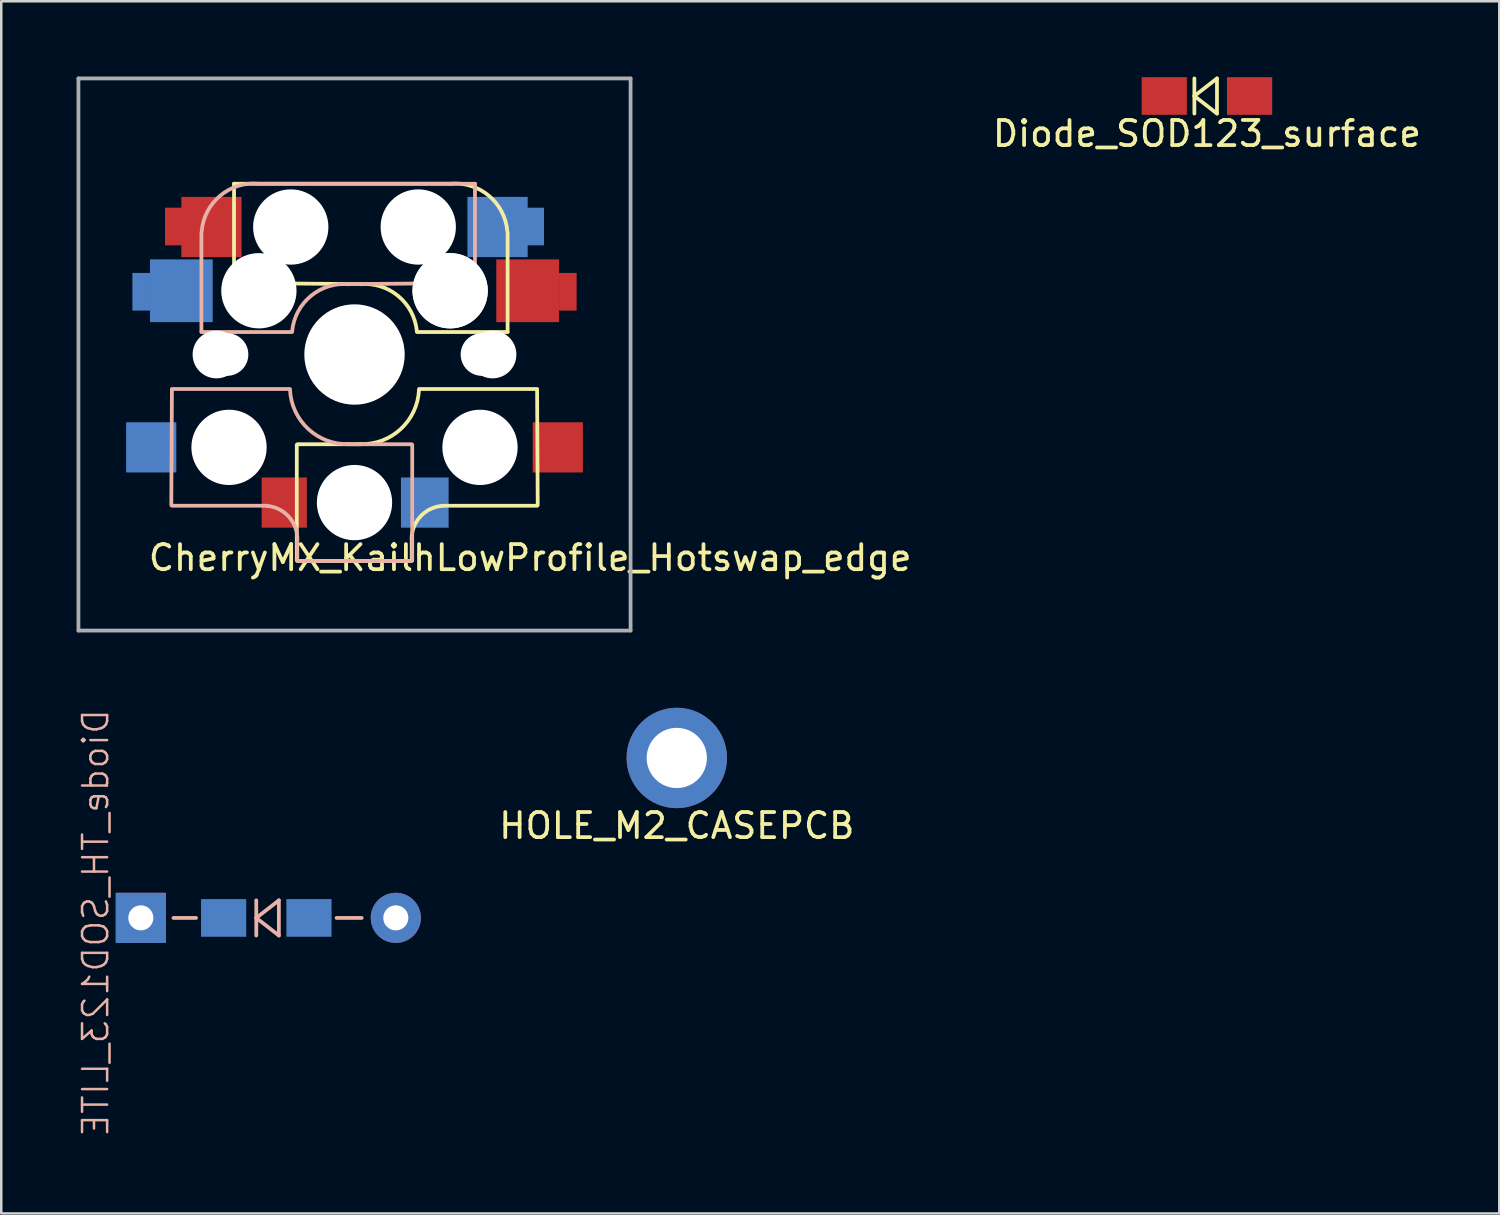
<source format=kicad_pcb>
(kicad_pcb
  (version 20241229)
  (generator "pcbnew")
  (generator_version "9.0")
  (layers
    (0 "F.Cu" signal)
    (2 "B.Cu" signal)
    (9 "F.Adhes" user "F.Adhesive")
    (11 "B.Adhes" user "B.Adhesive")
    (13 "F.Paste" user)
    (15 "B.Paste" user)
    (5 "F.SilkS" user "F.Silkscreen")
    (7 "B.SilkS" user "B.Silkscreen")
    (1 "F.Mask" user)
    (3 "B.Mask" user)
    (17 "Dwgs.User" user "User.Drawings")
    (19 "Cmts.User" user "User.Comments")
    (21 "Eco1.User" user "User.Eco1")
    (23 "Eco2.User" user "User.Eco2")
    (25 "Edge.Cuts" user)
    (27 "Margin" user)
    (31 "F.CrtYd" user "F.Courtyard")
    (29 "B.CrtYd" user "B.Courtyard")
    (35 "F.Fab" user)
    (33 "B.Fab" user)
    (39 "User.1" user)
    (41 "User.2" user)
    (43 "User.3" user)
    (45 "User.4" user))
  (footprint "HOLE_M2_CASEPCB"
    (layer "F.Cu")
    (at 23.916 27.15)
    (property "Reference" "HOLE_M2_CASEPCB" (at 0 2.7 0) (layer "F.SilkS") (effects (font (size 1 1) (thickness 0.15))))
    (attr through_hole)
    (pad "" thru_hole circle (at 0 0) (size 4 4) (drill 2.4) (layers "*.Cu" "*.Mask")))
  (footprint "Diode_SOD123_surface"
    (layer "F.Cu")
    (at 45.039 0.775)
    (property "Reference" "Diode_SOD123_surface" (at 0 1.5 180) (layer "F.SilkS") (effects (font (size 1 1) (thickness 0.15))))
    (attr through_hole)
    (fp_line (start -0.5 -0.7) (end -0.5 0.7) (stroke (width 0.15) (type solid)) (layer "F.SilkS"))
    (fp_line (start -0.5 0) (end 0.4 -0.7) (stroke (width 0.15) (type solid)) (layer "F.SilkS"))
    (fp_line (start 0.4 -0.7) (end 0.4 0.7) (stroke (width 0.15) (type solid)) (layer "F.SilkS"))
    (fp_line (start 0.4 0.7) (end -0.5 0) (stroke (width 0.15) (type solid)) (layer "F.SilkS"))
    (pad "1" smd rect (at -1.7 0) (size 1.8 1.5) (layers "F.Cu" "F.Mask" "F.Paste"))
    (pad "2" smd rect (at 1.7 0) (size 1.8 1.5) (layers "F.Cu" "F.Mask" "F.Paste")))
  (footprint "CherryMX_KailhLowProfile_Hotswap_edge"
    (layer "F.Cu")
    (at 11.075 11.075)
    (property "Reference" "CherryMX_KailhLowProfile_Hotswap_edge" (at 7 8.1 0) (layer "F.SilkS") (effects (font (size 1 1) (thickness 0.15))))
    (attr through_hole)
    (fp_line (start -4.8 -6.804) (end 3.825 -6.804) (stroke (width 0.15) (type solid)) (layer "F.SilkS"))
    (fp_line (start -4.8 -2.896) (end -4.8 -6.804) (stroke (width 0.15) (type solid)) (layer "F.SilkS"))
    (fp_line (start -4.8 -2.85) (end 0.25 -2.804) (stroke (width 0.15) (type solid)) (layer "F.SilkS"))
    (fp_line (start -2.3 3.6) (end -2.3 8.2) (stroke (width 0.15) (type solid)) (layer "F.SilkS"))
    (fp_line (start -2.275 3.575) (end 0.275 3.575) (stroke (width 0.15) (type solid)) (layer "F.SilkS"))
    (fp_line (start -2.275 8.225) (end 2.275 8.225) (stroke (width 0.15) (type solid)) (layer "F.SilkS"))
    (fp_line (start 2.28 7.5) (end 2.28 8.2) (stroke (width 0.15) (type solid)) (layer "F.SilkS"))
    (fp_line (start 2.575 1.375) (end 7.275 1.375) (stroke (width 0.15) (type solid)) (layer "F.SilkS"))
    (fp_line (start 3.5 6.025) (end 7.275 6.025) (stroke (width 0.15) (type solid)) (layer "F.SilkS"))
    (fp_line (start 6.1 -4.85) (end 6.1 -0.905) (stroke (width 0.15) (type solid)) (layer "F.SilkS"))
    (fp_line (start 6.1 -0.896) (end 2.49 -0.896) (stroke (width 0.15) (type solid)) (layer "F.SilkS"))
    (fp_line (start 7.275 1.4) (end 7.3 6) (stroke (width 0.15) (type solid)) (layer "F.SilkS"))
    (fp_arc (start 0.225 -2.8) (mid 1.744361 -2.328062) (end 2.485001 -0.920001) (stroke (width 0.15) (type solid)) (layer "F.SilkS"))
    (fp_arc (start 2.279999 7.449999) (mid 2.595908 6.487329) (end 3.5 6.03) (stroke (width 0.15) (type solid)) (layer "F.SilkS"))
    (fp_arc (start 2.57 1.4) (mid 1.834422 2.975843) (end 0.2 3.57) (stroke (width 0.15) (type solid)) (layer "F.SilkS"))
    (fp_arc (start 3.825 -6.804) (mid 5.347189 -6.33089) (end 6.089 -4.92) (stroke (width 0.15) (type solid)) (layer "F.SilkS"))
    (fp_line (start -7.275 1.4) (end -7.3 6) (stroke (width 0.15) (type solid)) (layer "B.SilkS"))
    (fp_line (start -6.1 -4.85) (end -6.1 -0.905) (stroke (width 0.15) (type solid)) (layer "B.SilkS"))
    (fp_line (start -6.1 -0.896) (end -2.49 -0.896) (stroke (width 0.15) (type solid)) (layer "B.SilkS"))
    (fp_line (start -3.5 6.025) (end -7.275 6.025) (stroke (width 0.15) (type solid)) (layer "B.SilkS"))
    (fp_line (start -2.575 1.375) (end -7.275 1.375) (stroke (width 0.15) (type solid)) (layer "B.SilkS"))
    (fp_line (start -2.28 7.5) (end -2.28 8.2) (stroke (width 0.15) (type solid)) (layer "B.SilkS"))
    (fp_line (start 2.275 3.575) (end -0.275 3.575) (stroke (width 0.15) (type solid)) (layer "B.SilkS"))
    (fp_line (start 2.275 8.225) (end -2.275 8.225) (stroke (width 0.15) (type solid)) (layer "B.SilkS"))
    (fp_line (start 2.3 3.6) (end 2.3 8.2) (stroke (width 0.15) (type solid)) (layer "B.SilkS"))
    (fp_line (start 4.8 -6.804) (end -3.825 -6.804) (stroke (width 0.15) (type solid)) (layer "B.SilkS"))
    (fp_line (start 4.8 -2.896) (end 4.8 -6.804) (stroke (width 0.15) (type solid)) (layer "B.SilkS"))
    (fp_line (start 4.8 -2.85) (end -0.25 -2.804) (stroke (width 0.15) (type solid)) (layer "B.SilkS"))
    (fp_arc (start -6.089 -4.92) (mid -5.347189 -6.33089) (end -3.825 -6.804) (stroke (width 0.15) (type solid)) (layer "B.SilkS"))
    (fp_arc (start -3.5 6.03) (mid -2.595908 6.48733) (end -2.28 7.45) (stroke (width 0.15) (type solid)) (layer "B.SilkS"))
    (fp_arc (start -2.484999 -0.920001) (mid -1.74436 -2.328062) (end -0.225 -2.8) (stroke (width 0.15) (type solid)) (layer "B.SilkS"))
    (fp_arc (start -0.2 3.57) (mid -1.834422 2.975843) (end -2.57 1.4) (stroke (width 0.15) (type solid)) (layer "B.SilkS"))
    (fp_line (start -9 -9) (end 9 -9) (stroke (width 0.15) (type solid)) (layer "Eco2.User"))
    (fp_line (start -9 9) (end -9 -9) (stroke (width 0.15) (type solid)) (layer "Eco2.User"))
    (fp_line (start -7 -7) (end 7 -7) (stroke (width 0.15) (type solid)) (layer "Eco2.User"))
    (fp_line (start -7 7) (end -7 -7) (stroke (width 0.15) (type solid)) (layer "Eco2.User"))
    (fp_line (start 7 -7) (end 7 7) (stroke (width 0.15) (type solid)) (layer "Eco2.User"))
    (fp_line (start 7 7) (end -7 7) (stroke (width 0.15) (type solid)) (layer "Eco2.User"))
    (fp_line (start 9 -9) (end 9 9) (stroke (width 0.15) (type solid)) (layer "Eco2.User"))
    (fp_line (start 9 9) (end -9 9) (stroke (width 0.15) (type solid)) (layer "Eco2.User"))
    (fp_line (start -11 -11) (end -11 11) (stroke (width 0.15) (type solid)) (layer "F.Fab"))
    (fp_line (start -11 11) (end 11 11) (stroke (width 0.15) (type solid)) (layer "F.Fab"))
    (fp_line (start 11 -11) (end -11 -11) (stroke (width 0.15) (type solid)) (layer "F.Fab"))
    (fp_line (start 11 11) (end 11 -11) (stroke (width 0.15) (type solid)) (layer "F.Fab"))
    (pad "" np_thru_hole circle (at -5.5 0 90) (size 1.9 1.9) (drill 1.9) (layers "*.Cu" "*.Mask"))
    (pad "" np_thru_hole circle (at -5.08 0) (size 1.7 1.7) (drill 1.7) (layers "*.Cu" "*.Mask"))
    (pad "" np_thru_hole circle (at -5 3.7 90) (size 3 3) (drill 3) (layers "*.Cu" "*.Mask"))
    (pad "" np_thru_hole circle (at -3.825 -2.58 180) (size 0.1 0.1) (drill 0.1) (layers "*.Cu" "*.Mask"))
    (pad "" np_thru_hole circle (at -3.81 -2.54 180) (size 3 3) (drill 3) (layers "*.Cu" "*.Mask"))
    (pad "" np_thru_hole circle (at -2.54 -5.08 180) (size 3 3) (drill 3) (layers "*.Cu" "*.Mask"))
    (pad "" np_thru_hole circle (at 0 0 90) (size 4 4) (drill 4) (layers "*.Cu" "*.Mask"))
    (pad "" np_thru_hole circle (at 0 5.9 90) (size 3 3) (drill 3) (layers "*.Cu" "*.Mask"))
    (pad "" np_thru_hole circle (at 2.54 -5.08 180) (size 3 3) (drill 3) (layers "*.Cu" "*.Mask"))
    (pad "" np_thru_hole circle (at 3.81 -2.54 180) (size 3 3) (drill 3) (layers "*.Cu" "*.Mask"))
    (pad "" np_thru_hole circle (at 3.81 -2.54 180) (size 3 3) (drill 3) (layers "*.Cu" "*.Mask"))
    (pad "" np_thru_hole circle (at 3.825 -2.58 180) (size 0.1 0.1) (drill 0.1) (layers "*.Cu" "*.Mask"))
    (pad "" np_thru_hole circle (at 5 3.7 270) (size 3 3) (drill 3) (layers "*.Cu" "*.Mask"))
    (pad "" np_thru_hole circle (at 5.08 0) (size 1.7 1.7) (drill 1.7) (layers "*.Cu" "*.Mask"))
    (pad "" np_thru_hole circle (at 5.5 0 90) (size 1.9 1.9) (drill 1.9) (layers "*.Cu" "*.Mask"))
    (pad "1" smd rect (at -8.5 -2.5) (size 0.7 1.5) (layers "B.Cu" "B.Mask" "B.Paste"))
    (pad "1" smd rect (at -8.1 3.7 180) (size 2 2) (layers "B.Cu" "B.Mask" "B.Paste"))
    (pad "1" smd rect (at -7.2 -5.1) (size 0.7 1.5) (layers "F.Cu" "F.Mask" "F.Paste"))
    (pad "1" smd rect (at -6.9 -2.54 180) (size 2.5 2.5) (layers "B.Cu" "B.Mask" "B.Paste"))
    (pad "1" smd rect (at -5.7 -5.08 180) (size 2.4 2.4) (layers "F.Cu" "F.Mask" "F.Paste"))
    (pad "1" smd rect (at 8.1 3.7 180) (size 2 2) (layers "F.Cu" "F.Mask" "F.Paste"))
    (pad "2" smd rect (at -2.8 5.9 180) (size 1.8 2) (layers "F.Cu" "F.Mask" "F.Paste"))
    (pad "2" smd rect (at 2.8 5.9 180) (size 1.9 2) (layers "B.Cu" "B.Mask" "B.Paste"))
    (pad "2" smd rect (at 5.7 -5.08 180) (size 2.4 2.4) (layers "B.Cu" "B.Mask" "B.Paste"))
    (pad "2" smd rect (at 6.9 -2.54 180) (size 2.5 2.5) (layers "F.Cu" "F.Mask" "F.Paste"))
    (pad "2" smd rect (at 7.2 -5.1) (size 0.7 1.5) (layers "B.Cu" "B.Mask" "B.Paste"))
    (pad "2" smd rect (at 8.5 -2.5) (size 0.7 1.5) (layers "F.Cu" "F.Mask" "F.Paste")))
  (footprint "Diode_TH_SOD123_LITE"
    (layer "F.Cu")
    (at 7.761 33.524)
    (property "Reference" "Diode_TH_SOD123_LITE" (at -7 0.2 90) (layer "B.SilkS") (effects (font (size 1 1) (thickness 0.1)) (justify mirror)))
    (attr through_hole)
    (fp_line (start -3 0) (end -3.9 0) (stroke (width 0.15) (type solid)) (layer "B.SilkS"))
    (fp_line (start -0.6 -0.7) (end -0.6 0.7) (stroke (width 0.15) (type solid)) (layer "B.SilkS"))
    (fp_line (start -0.6 0) (end 0.3 -0.7) (stroke (width 0.15) (type solid)) (layer "B.SilkS"))
    (fp_line (start 0.3 -0.7) (end 0.3 0.7) (stroke (width 0.15) (type solid)) (layer "B.SilkS"))
    (fp_line (start 0.3 0.7) (end -0.6 0) (stroke (width 0.15) (type solid)) (layer "B.SilkS"))
    (fp_line (start 2.6 0) (end 3.6 0) (stroke (width 0.15) (type solid)) (layer "B.SilkS"))
    (pad "1" thru_hole rect (at -5.2 -0.003 180) (size 1.999 1.999) (drill 1) (layers "*.Cu" "*.Mask"))
    (pad "1" smd rect (at -1.9 0) (size 1.8 1.5) (layers "B.Cu" "B.Mask" "B.Paste"))
    (pad "2" smd rect (at 1.5 0) (size 1.8 1.5) (layers "B.Cu" "B.Mask" "B.Paste"))
    (pad "2" thru_hole circle (at 4.96 -0.003 180) (size 1.999 1.999) (drill 1) (layers "*.Cu" "*.Mask")))
  (gr_rect
    (start -3 -3)
    (end 56.688 45.298)
    (stroke (width 0.1) (type default))
    (fill no)
    (layer "Edge.Cuts")))
</source>
